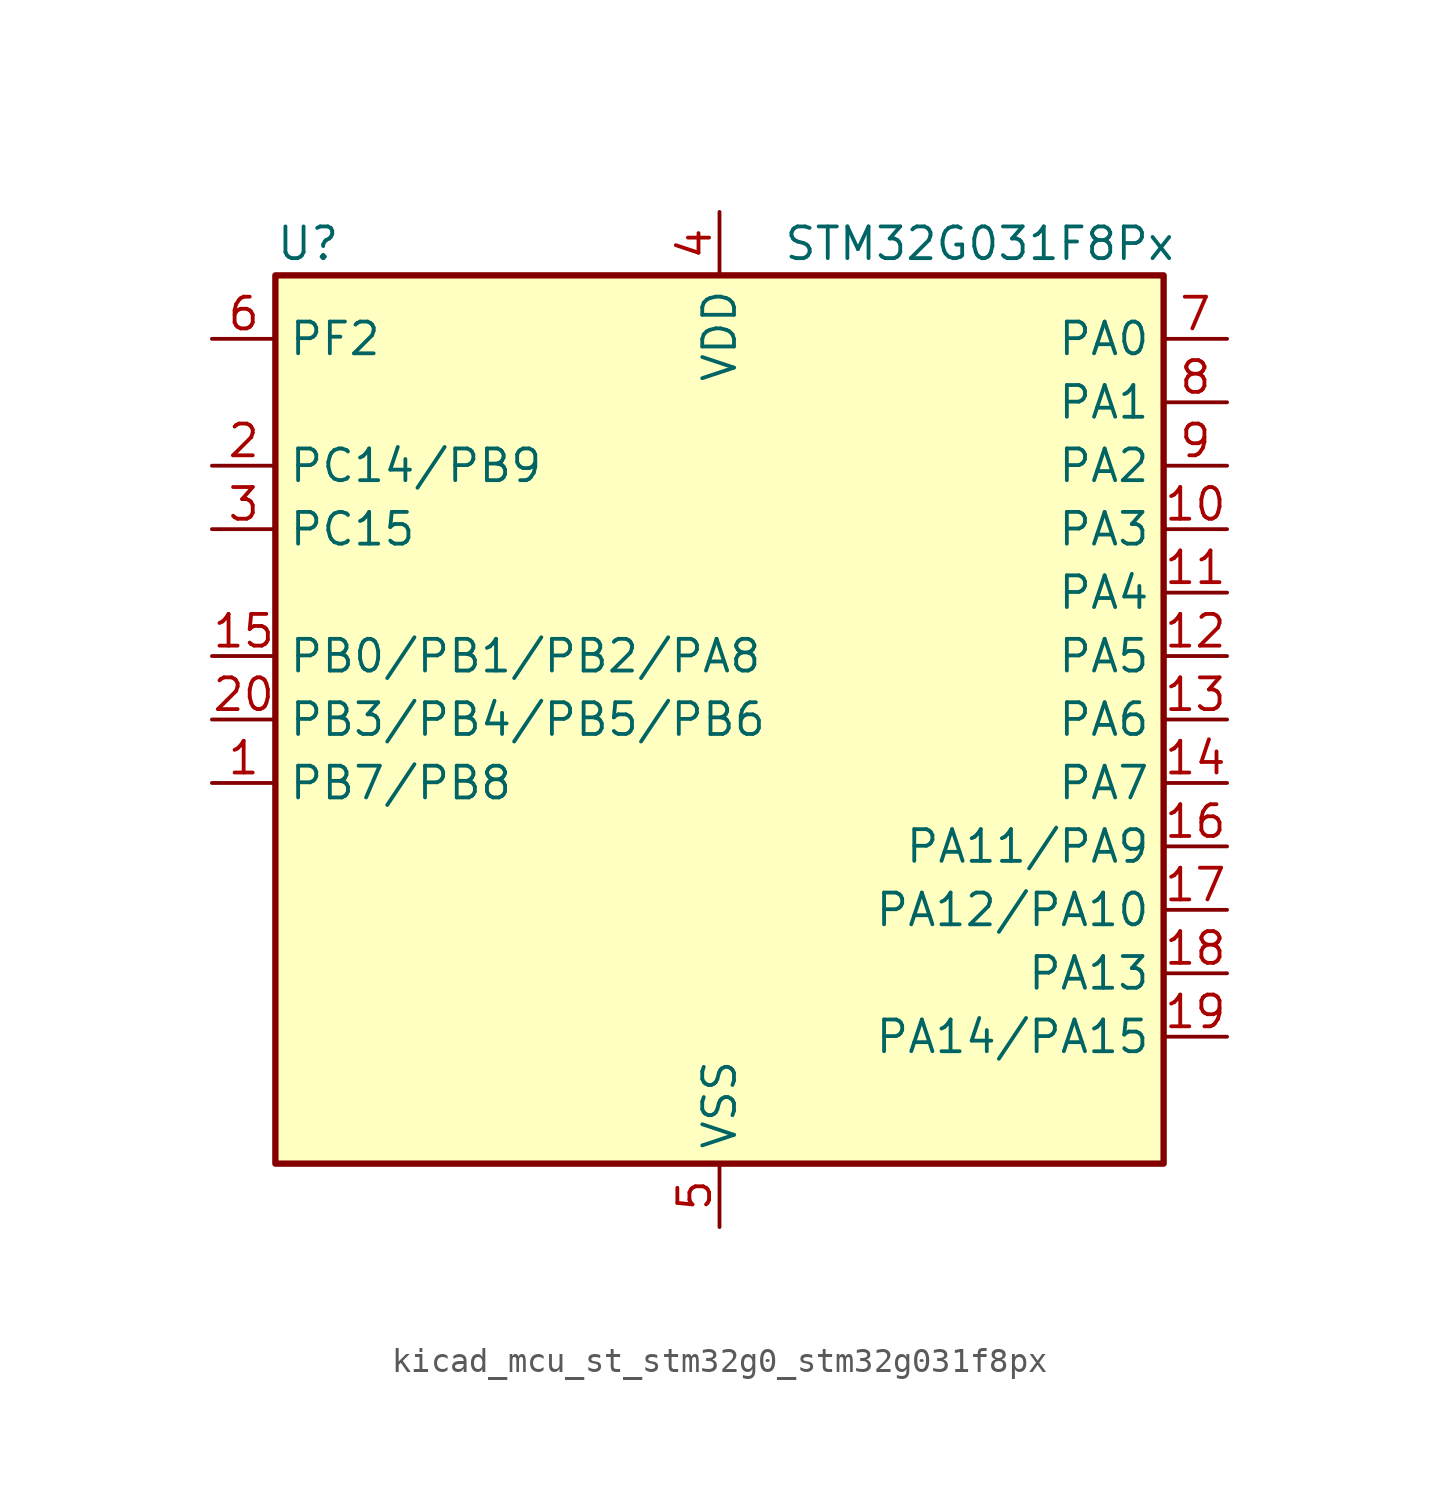
<source format=kicad_sym>
(kicad_symbol_lib
  (version 20220914)
  (generator kicad_symbol_editor)
  (symbol "kicad_mcu_st_stm32g0_stm32g031f8px"
    (property "Reference" "U"
      (at -17.78 19.05 0)
      (effects (font (size 1.27 1.27)) (justify left)))
    (property "Value" "STM32G031F8Px"
      (at 2.54 19.05 0)
      (effects (font (size 1.27 1.27)) (justify left)))
    (property "ki_locked" ""
      (at 0 0 0)
      (effects (font (size 1.27 1.27))))
    (symbol "kicad_mcu_st_stm32g0_stm32g031f8px_0_1"
      (rectangle (start -17.78 -17.78) (end 17.78 17.78) (stroke (width 0.254) (type default)) (fill (type background))))
    (symbol "kicad_mcu_st_stm32g0_stm32g031f8px_1_1"
      (pin bidirectional line (at -20.32 -2.54 0) (length 2.54) (name "PB7/PB8" (effects (font (size 1.27 1.27)))) (number "1" (effects (font (size 1.27 1.27)))) (alternate "ADC1_IN11" bidirectional line) (alternate "I2C1_SDA" bidirectional line) (alternate "LPTIM1_IN2" bidirectional line) (alternate "SPI2_MOSI" bidirectional line) (alternate "SYS_PVD_IN" bidirectional line) (alternate "TIM17_CH1N" bidirectional line) (alternate "USART1_RX" bidirectional line))
      (pin bidirectional line (at 20.32 7.62 180) (length 2.54) (name "PA3" (effects (font (size 1.27 1.27)))) (number "10" (effects (font (size 1.27 1.27)))) (alternate "ADC1_IN3" bidirectional line) (alternate "LPUART1_RX" bidirectional line) (alternate "SPI2_MISO" bidirectional line) (alternate "TIM2_CH4" bidirectional line) (alternate "USART2_RX" bidirectional line))
      (pin bidirectional line (at 20.32 5.08 180) (length 2.54) (name "PA4" (effects (font (size 1.27 1.27)))) (number "11" (effects (font (size 1.27 1.27)))) (alternate "ADC1_IN4" bidirectional line) (alternate "I2S1_WS" bidirectional line) (alternate "LPTIM2_OUT" bidirectional line) (alternate "RTC_OUT_ALARM" bidirectional line) (alternate "RTC_OUT_CALIB" bidirectional line) (alternate "RTC_TAMP_IN1" bidirectional line) (alternate "RTC_TS" bidirectional line) (alternate "SPI1_NSS" bidirectional line) (alternate "SPI2_MOSI" bidirectional line) (alternate "SYS_WKUP2" bidirectional line) (alternate "TIM14_CH1" bidirectional line))
      (pin bidirectional line (at 20.32 2.54 180) (length 2.54) (name "PA5" (effects (font (size 1.27 1.27)))) (number "12" (effects (font (size 1.27 1.27)))) (alternate "ADC1_IN5" bidirectional line) (alternate "I2S1_CK" bidirectional line) (alternate "LPTIM2_ETR" bidirectional line) (alternate "SPI1_SCK" bidirectional line) (alternate "TIM2_CH1" bidirectional line) (alternate "TIM2_ETR" bidirectional line))
      (pin bidirectional line (at 20.32 0 180) (length 2.54) (name "PA6" (effects (font (size 1.27 1.27)))) (number "13" (effects (font (size 1.27 1.27)))) (alternate "ADC1_IN6" bidirectional line) (alternate "I2S1_MCK" bidirectional line) (alternate "LPUART1_CTS" bidirectional line) (alternate "SPI1_MISO" bidirectional line) (alternate "TIM16_CH1" bidirectional line) (alternate "TIM1_BK" bidirectional line) (alternate "TIM3_CH1" bidirectional line))
      (pin bidirectional line (at 20.32 -2.54 180) (length 2.54) (name "PA7" (effects (font (size 1.27 1.27)))) (number "14" (effects (font (size 1.27 1.27)))) (alternate "ADC1_IN7" bidirectional line) (alternate "I2S1_SD" bidirectional line) (alternate "SPI1_MOSI" bidirectional line) (alternate "TIM14_CH1" bidirectional line) (alternate "TIM17_CH1" bidirectional line) (alternate "TIM1_CH1N" bidirectional line) (alternate "TIM3_CH2" bidirectional line))
      (pin bidirectional line (at -20.32 2.54 0) (length 2.54) (name "PB0/PB1/PB2/PA8" (effects (font (size 1.27 1.27)))) (number "15" (effects (font (size 1.27 1.27)))) (alternate "ADC1_IN8" bidirectional line) (alternate "I2S1_WS" bidirectional line) (alternate "LPTIM1_OUT" bidirectional line) (alternate "SPI1_NSS" bidirectional line) (alternate "TIM1_CH2N" bidirectional line) (alternate "TIM3_CH3" bidirectional line))
      (pin bidirectional line (at 20.32 -5.08 180) (length 2.54) (name "PA11/PA9" (effects (font (size 1.27 1.27)))) (number "16" (effects (font (size 1.27 1.27)))) (alternate "ADC1_EXTI11" bidirectional line) (alternate "ADC1_IN15" bidirectional line) (alternate "I2C2_SCL" bidirectional line) (alternate "I2S1_MCK" bidirectional line) (alternate "SPI1_MISO" bidirectional line) (alternate "TIM1_BK2" bidirectional line) (alternate "TIM1_CH4" bidirectional line) (alternate "USART1_CTS" bidirectional line) (alternate "USART1_NSS" bidirectional line))
      (pin bidirectional line (at 20.32 -7.62 180) (length 2.54) (name "PA12/PA10" (effects (font (size 1.27 1.27)))) (number "17" (effects (font (size 1.27 1.27)))) (alternate "ADC1_IN16" bidirectional line) (alternate "I2C2_SDA" bidirectional line) (alternate "I2S1_SD" bidirectional line) (alternate "I2S_CKIN" bidirectional line) (alternate "SPI1_MOSI" bidirectional line) (alternate "TIM1_ETR" bidirectional line) (alternate "USART1_CK" bidirectional line) (alternate "USART1_DE" bidirectional line) (alternate "USART1_RTS" bidirectional line))
      (pin bidirectional line (at 20.32 -10.16 180) (length 2.54) (name "PA13" (effects (font (size 1.27 1.27)))) (number "18" (effects (font (size 1.27 1.27)))) (alternate "ADC1_IN17" bidirectional line) (alternate "IR_OUT" bidirectional line) (alternate "SYS_SWDIO" bidirectional line))
      (pin bidirectional line (at 20.32 -12.7 180) (length 2.54) (name "PA14/PA15" (effects (font (size 1.27 1.27)))) (number "19" (effects (font (size 1.27 1.27)))) (alternate "ADC1_IN18" bidirectional line) (alternate "SYS_SWCLK" bidirectional line) (alternate "USART2_TX" bidirectional line))
      (pin bidirectional line (at -20.32 10.16 0) (length 2.54) (name "PC14/PB9" (effects (font (size 1.27 1.27)))) (number "2" (effects (font (size 1.27 1.27)))) (alternate "RCC_OSC32_IN" bidirectional line) (alternate "RCC_OSC_IN" bidirectional line) (alternate "TIM1_BK2" bidirectional line))
      (pin bidirectional line (at -20.32 0 0) (length 2.54) (name "PB3/PB4/PB5/PB6" (effects (font (size 1.27 1.27)))) (number "20" (effects (font (size 1.27 1.27)))) (alternate "I2S1_CK" bidirectional line) (alternate "SPI1_SCK" bidirectional line) (alternate "TIM1_CH2" bidirectional line) (alternate "TIM2_CH2" bidirectional line) (alternate "USART1_CK" bidirectional line) (alternate "USART1_DE" bidirectional line) (alternate "USART1_RTS" bidirectional line))
      (pin bidirectional line (at -20.32 7.62 0) (length 2.54) (name "PC15" (effects (font (size 1.27 1.27)))) (number "3" (effects (font (size 1.27 1.27)))) (alternate "RCC_OSC32_EN" bidirectional line) (alternate "RCC_OSC32_OUT" bidirectional line) (alternate "RCC_OSC_EN" bidirectional line))
      (pin power_in line (at 0 20.32 270) (length 2.54) (name "VDD" (effects (font (size 1.27 1.27)))) (number "4" (effects (font (size 1.27 1.27)))))
      (pin power_in line (at 0 -20.32 90) (length 2.54) (name "VSS" (effects (font (size 1.27 1.27)))) (number "5" (effects (font (size 1.27 1.27)))))
      (pin bidirectional line (at -20.32 15.24 0) (length 2.54) (name "PF2" (effects (font (size 1.27 1.27)))) (number "6" (effects (font (size 1.27 1.27)))) (alternate "RCC_MCO" bidirectional line))
      (pin bidirectional line (at 20.32 15.24 180) (length 2.54) (name "PA0" (effects (font (size 1.27 1.27)))) (number "7" (effects (font (size 1.27 1.27)))) (alternate "ADC1_IN0" bidirectional line) (alternate "LPTIM1_OUT" bidirectional line) (alternate "RTC_TAMP_IN2" bidirectional line) (alternate "SPI2_SCK" bidirectional line) (alternate "SYS_WKUP1" bidirectional line) (alternate "TIM2_CH1" bidirectional line) (alternate "TIM2_ETR" bidirectional line) (alternate "USART2_CTS" bidirectional line) (alternate "USART2_NSS" bidirectional line))
      (pin bidirectional line (at 20.32 12.7 180) (length 2.54) (name "PA1" (effects (font (size 1.27 1.27)))) (number "8" (effects (font (size 1.27 1.27)))) (alternate "ADC1_IN1" bidirectional line) (alternate "I2C1_SMBA" bidirectional line) (alternate "I2S1_CK" bidirectional line) (alternate "SPI1_SCK" bidirectional line) (alternate "TIM2_CH2" bidirectional line) (alternate "USART2_CK" bidirectional line) (alternate "USART2_DE" bidirectional line) (alternate "USART2_RTS" bidirectional line))
      (pin bidirectional line (at 20.32 10.16 180) (length 2.54) (name "PA2" (effects (font (size 1.27 1.27)))) (number "9" (effects (font (size 1.27 1.27)))) (alternate "ADC1_IN2" bidirectional line) (alternate "I2S1_SD" bidirectional line) (alternate "LPUART1_TX" bidirectional line) (alternate "RCC_LSCO" bidirectional line) (alternate "SPI1_MOSI" bidirectional line) (alternate "SYS_WKUP4" bidirectional line) (alternate "TIM2_CH3" bidirectional line) (alternate "USART2_TX" bidirectional line)))))
</source>
